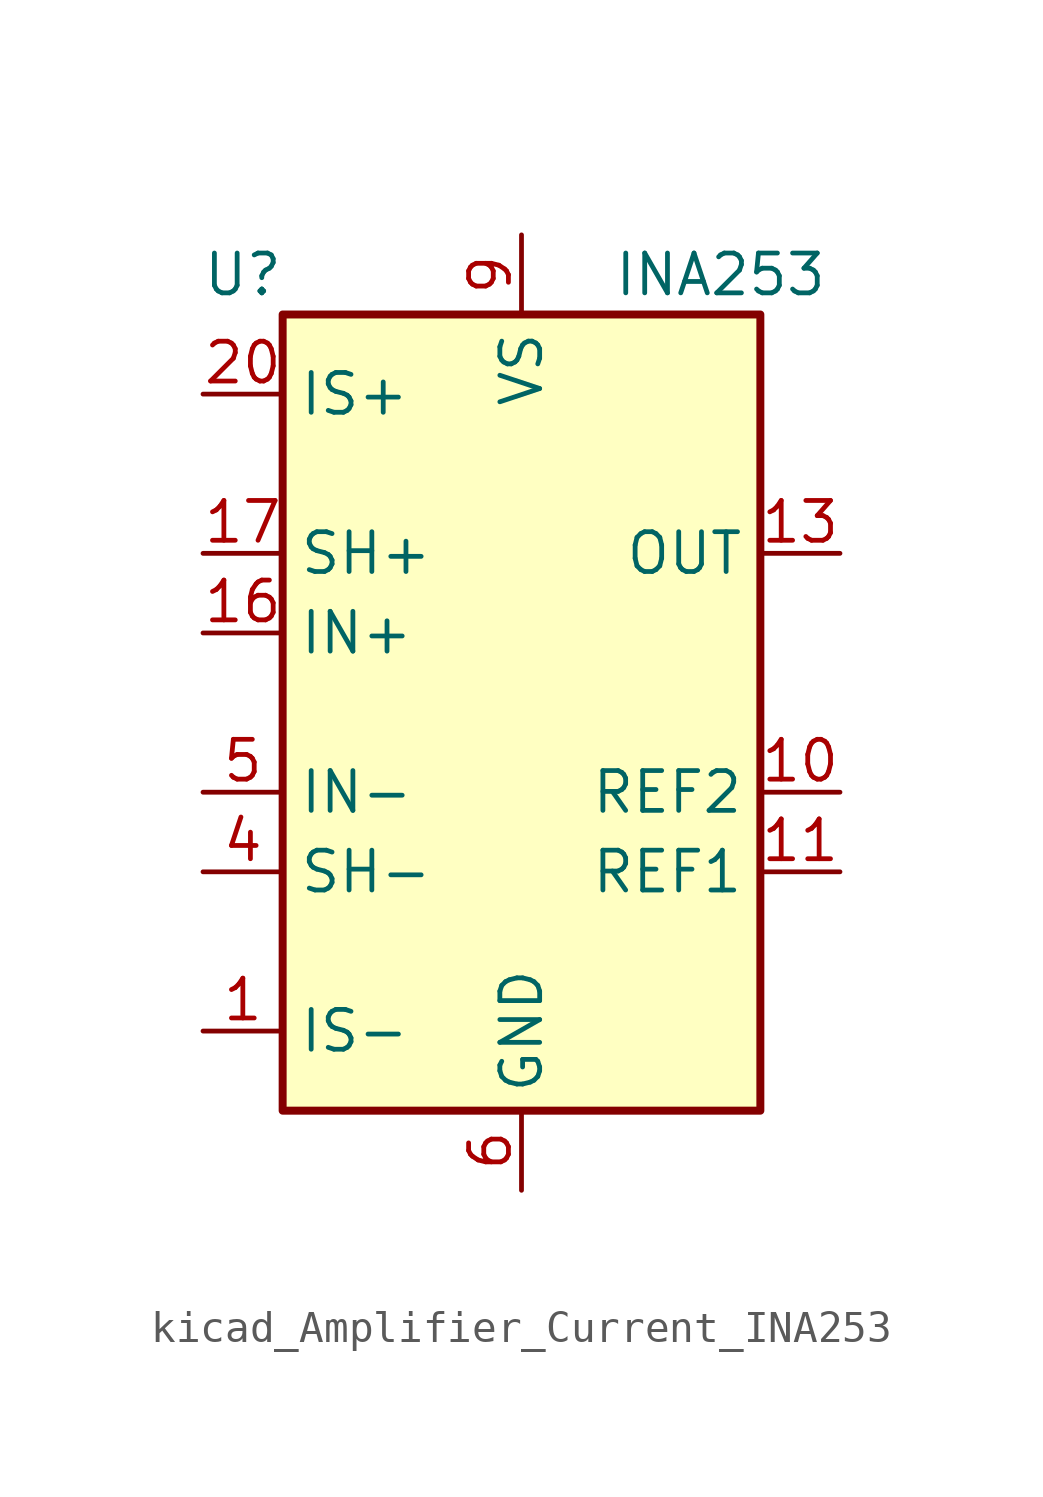
<source format=kicad_sym>
(kicad_symbol_lib
  (version 20220914)
  (generator kicad_symbol_editor)
  (symbol "kicad_Amplifier_Current_INA253"
    (property "Reference" "U"
      (at -8.89 13.97 0)
      (effects (font (size 1.27 1.27))))
    (property "Value" "INA253"
      (at 6.35 13.97 0)
      (effects (font (size 1.27 1.27))))
    (symbol "kicad_Amplifier_Current_INA253_0_1"
      (rectangle (start -7.62 12.7) (end 7.62 -12.7) (stroke (width 0.254) (type default)) (fill (type background))))
    (symbol "kicad_Amplifier_Current_INA253_1_1"
      (pin passive line (at -10.16 -10.16 0) (length 2.54) (name "IS-" (effects (font (size 1.27 1.27)))) (number "1" (effects (font (size 1.27 1.27)))))
      (pin passive line (at 10.16 -2.54 180) (length 2.54) (name "REF2" (effects (font (size 1.27 1.27)))) (number "10" (effects (font (size 1.27 1.27)))))
      (pin passive line (at 10.16 -5.08 180) (length 2.54) (name "REF1" (effects (font (size 1.27 1.27)))) (number "11" (effects (font (size 1.27 1.27)))))
      (pin no_connect line (at 7.62 0 180) (length 2.54) hide (name "NC" (effects (font (size 1.27 1.27)))) (number "12" (effects (font (size 1.27 1.27)))))
      (pin output line (at 10.16 5.08 180) (length 2.54) (name "OUT" (effects (font (size 1.27 1.27)))) (number "13" (effects (font (size 1.27 1.27)))))
      (pin no_connect line (at 7.62 10.16 180) (length 2.54) hide (name "DNC2" (effects (font (size 1.27 1.27)))) (number "14" (effects (font (size 1.27 1.27)))))
      (pin passive line (at 0 -15.24 90) (length 2.54) hide (name "GND" (effects (font (size 1.27 1.27)))) (number "15" (effects (font (size 1.27 1.27)))))
      (pin passive line (at -10.16 2.54 0) (length 2.54) (name "IN+" (effects (font (size 1.27 1.27)))) (number "16" (effects (font (size 1.27 1.27)))))
      (pin passive line (at -10.16 5.08 0) (length 2.54) (name "SH+" (effects (font (size 1.27 1.27)))) (number "17" (effects (font (size 1.27 1.27)))))
      (pin passive line (at -10.16 10.16 0) (length 2.54) hide (name "IS+" (effects (font (size 1.27 1.27)))) (number "18" (effects (font (size 1.27 1.27)))))
      (pin passive line (at -10.16 10.16 0) (length 2.54) hide (name "IS+" (effects (font (size 1.27 1.27)))) (number "19" (effects (font (size 1.27 1.27)))))
      (pin passive line (at -10.16 -10.16 0) (length 2.54) hide (name "IS-" (effects (font (size 1.27 1.27)))) (number "2" (effects (font (size 1.27 1.27)))))
      (pin passive line (at -10.16 10.16 0) (length 2.54) (name "IS+" (effects (font (size 1.27 1.27)))) (number "20" (effects (font (size 1.27 1.27)))))
      (pin passive line (at -10.16 -10.16 0) (length 2.54) hide (name "IS-" (effects (font (size 1.27 1.27)))) (number "3" (effects (font (size 1.27 1.27)))))
      (pin passive line (at -10.16 -5.08 0) (length 2.54) (name "SH-" (effects (font (size 1.27 1.27)))) (number "4" (effects (font (size 1.27 1.27)))))
      (pin passive line (at -10.16 -2.54 0) (length 2.54) (name "IN-" (effects (font (size 1.27 1.27)))) (number "5" (effects (font (size 1.27 1.27)))))
      (pin power_in line (at 0 -15.24 90) (length 2.54) (name "GND" (effects (font (size 1.27 1.27)))) (number "6" (effects (font (size 1.27 1.27)))))
      (pin no_connect line (at 7.62 7.62 180) (length 2.54) hide (name "DNC1" (effects (font (size 1.27 1.27)))) (number "7" (effects (font (size 1.27 1.27)))))
      (pin no_connect line (at 7.62 2.54 180) (length 2.54) hide (name "NC" (effects (font (size 1.27 1.27)))) (number "8" (effects (font (size 1.27 1.27)))))
      (pin power_in line (at 0 15.24 270) (length 2.54) (name "VS" (effects (font (size 1.27 1.27)))) (number "9" (effects (font (size 1.27 1.27))))))))
</source>
